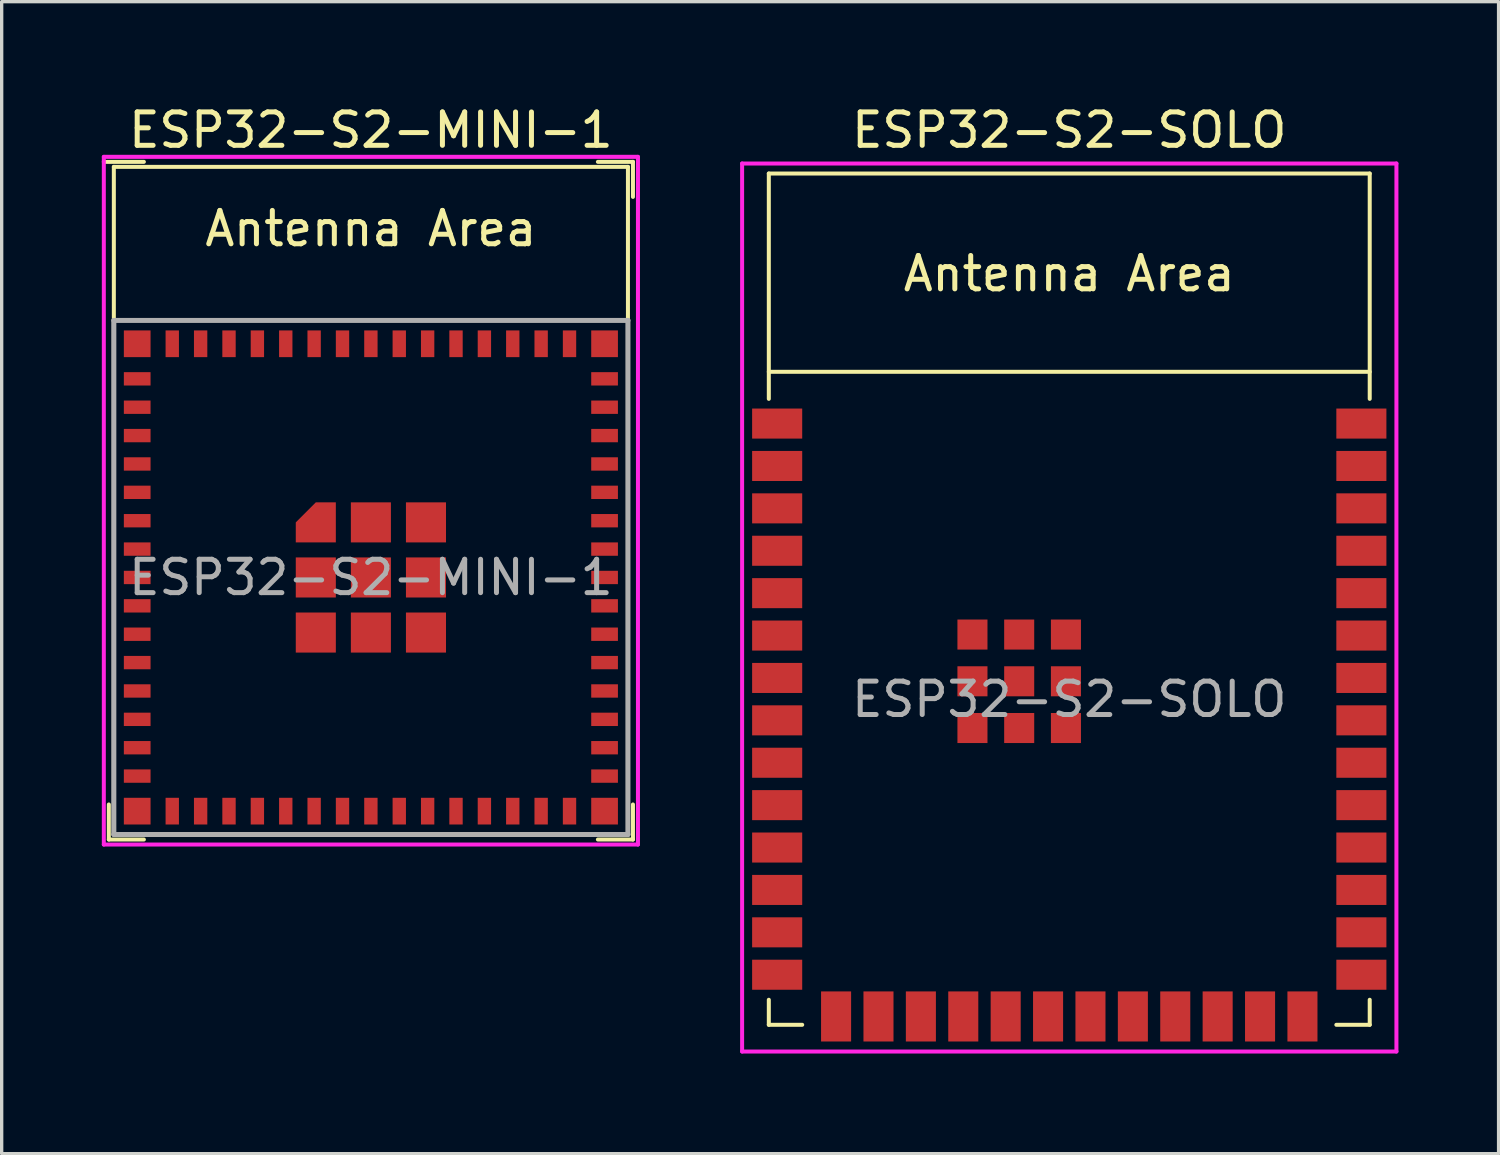
<source format=kicad_pcb>
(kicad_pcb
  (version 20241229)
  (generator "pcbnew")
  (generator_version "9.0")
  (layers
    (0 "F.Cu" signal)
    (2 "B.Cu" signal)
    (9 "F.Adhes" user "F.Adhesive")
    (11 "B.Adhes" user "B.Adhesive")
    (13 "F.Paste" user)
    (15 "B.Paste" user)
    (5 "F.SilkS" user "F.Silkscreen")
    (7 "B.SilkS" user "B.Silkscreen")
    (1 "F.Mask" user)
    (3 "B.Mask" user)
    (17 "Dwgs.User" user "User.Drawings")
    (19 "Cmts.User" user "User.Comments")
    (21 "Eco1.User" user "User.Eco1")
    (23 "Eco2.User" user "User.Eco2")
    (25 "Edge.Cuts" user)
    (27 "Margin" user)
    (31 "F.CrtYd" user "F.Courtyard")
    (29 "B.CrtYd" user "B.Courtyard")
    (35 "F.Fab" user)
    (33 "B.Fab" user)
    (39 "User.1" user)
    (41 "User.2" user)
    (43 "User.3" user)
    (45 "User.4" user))
  (footprint "ESP32-S2-MINI-1"
    (layer "F.Cu")
    (at 8.06 14.248)
    (property "Reference" "ESP32-S2-MINI-1" (at 0 -13.4 0) (layer "F.SilkS") (effects (font (size 1 1) (thickness 0.15))))
    (attr smd)
    (fp_line (start -7.85 7.85) (end -7.85 6.8) (stroke (width 0.12) (type solid)) (layer "F.SilkS"))
    (fp_line (start -7.7 -12.3) (end -7.7 -7.7) (stroke (width 0.12) (type solid)) (layer "F.SilkS"))
    (fp_line (start -7.7 -12.3) (end 7.7 -12.3) (stroke (width 0.12) (type solid)) (layer "F.SilkS"))
    (fp_line (start -7.7 7.7) (end -7.7 -7.7) (stroke (width 0.12) (type solid)) (layer "F.SilkS"))
    (fp_line (start -6.8 -12.45) (end -8 -12.45) (stroke (width 0.12) (type solid)) (layer "F.SilkS"))
    (fp_line (start -6.8 7.85) (end -7.85 7.85) (stroke (width 0.12) (type solid)) (layer "F.SilkS"))
    (fp_line (start 6.8 -12.45) (end 7.85 -12.45) (stroke (width 0.12) (type solid)) (layer "F.SilkS"))
    (fp_line (start 6.8 7.85) (end 7.85 7.85) (stroke (width 0.12) (type solid)) (layer "F.SilkS"))
    (fp_line (start 7.7 -12.3) (end 7.7 -7.7) (stroke (width 0.12) (type solid)) (layer "F.SilkS"))
    (fp_line (start 7.7 -7.7) (end 7.7 7.7) (stroke (width 0.12) (type solid)) (layer "F.SilkS"))
    (fp_line (start 7.7 7.7) (end -7.7 7.7) (stroke (width 0.12) (type solid)) (layer "F.SilkS"))
    (fp_line (start 7.85 -12.45) (end 7.85 -11.4) (stroke (width 0.12) (type solid)) (layer "F.SilkS"))
    (fp_line (start 7.85 7.85) (end 7.85 6.8) (stroke (width 0.12) (type solid)) (layer "F.SilkS"))
    (fp_line (start -8 -12.6) (end -8 8) (stroke (width 0.12) (type solid)) (layer "F.CrtYd"))
    (fp_line (start -8 8) (end 8 8) (stroke (width 0.12) (type solid)) (layer "F.CrtYd"))
    (fp_line (start 8 -12.6) (end -8 -12.6) (stroke (width 0.12) (type solid)) (layer "F.CrtYd"))
    (fp_line (start 8 8) (end 8 -12.6) (stroke (width 0.12) (type solid)) (layer "F.CrtYd"))
    (fp_line (start -7.7 -7.7) (end -7.7 7.7) (stroke (width 0.15) (type solid)) (layer "F.Fab"))
    (fp_line (start -7.7 7.7) (end 7.7 7.7) (stroke (width 0.15) (type solid)) (layer "F.Fab"))
    (fp_line (start 7.7 -7.7) (end -7.7 -7.7) (stroke (width 0.15) (type solid)) (layer "F.Fab"))
    (fp_line (start 7.7 7.7) (end 7.7 -7.7) (stroke (width 0.15) (type solid)) (layer "F.Fab"))
    (fp_text user "Antenna Area" (at 0 -10.45 0) (layer "F.SilkS") (effects (font (size 1 1) (thickness 0.15))))
    (fp_text user "${REFERENCE}" (at 0 0 0) (layer "F.Fab") (effects (font (size 1 1) (thickness 0.15))))
    (pad "1" smd rect (at -7 -5.95 90) (size 0.4 0.8) (layers "F.Cu" "F.Mask" "F.Paste"))
    (pad "2" smd rect (at -7 -5.1 90) (size 0.4 0.8) (layers "F.Cu" "F.Mask" "F.Paste"))
    (pad "3" smd rect (at -7 -4.25 90) (size 0.4 0.8) (layers "F.Cu" "F.Mask" "F.Paste"))
    (pad "4" smd rect (at -7 -3.4 90) (size 0.4 0.8) (layers "F.Cu" "F.Mask" "F.Paste"))
    (pad "5" smd rect (at -7 -2.55 90) (size 0.4 0.8) (layers "F.Cu" "F.Mask" "F.Paste"))
    (pad "6" smd rect (at -7 -1.7 90) (size 0.4 0.8) (layers "F.Cu" "F.Mask" "F.Paste"))
    (pad "7" smd rect (at -7 -0.85 90) (size 0.4 0.8) (layers "F.Cu" "F.Mask" "F.Paste"))
    (pad "8" smd rect (at -7 0 90) (size 0.4 0.8) (layers "F.Cu" "F.Mask" "F.Paste"))
    (pad "9" smd rect (at -7 0.85 90) (size 0.4 0.8) (layers "F.Cu" "F.Mask" "F.Paste"))
    (pad "10" smd rect (at -7 1.7 90) (size 0.4 0.8) (layers "F.Cu" "F.Mask" "F.Paste"))
    (pad "11" smd rect (at -7 2.55 90) (size 0.4 0.8) (layers "F.Cu" "F.Mask" "F.Paste"))
    (pad "12" smd rect (at -7 3.4 90) (size 0.4 0.8) (layers "F.Cu" "F.Mask" "F.Paste"))
    (pad "13" smd rect (at -7 4.25 90) (size 0.4 0.8) (layers "F.Cu" "F.Mask" "F.Paste"))
    (pad "14" smd rect (at -7 5.1 90) (size 0.4 0.8) (layers "F.Cu" "F.Mask" "F.Paste"))
    (pad "15" smd rect (at -7 5.95 90) (size 0.4 0.8) (layers "F.Cu" "F.Mask" "F.Paste"))
    (pad "16" smd rect (at -5.95 7) (size 0.4 0.8) (layers "F.Cu" "F.Mask" "F.Paste"))
    (pad "17" smd rect (at -5.1 7) (size 0.4 0.8) (layers "F.Cu" "F.Mask" "F.Paste"))
    (pad "18" smd rect (at -4.25 7) (size 0.4 0.8) (layers "F.Cu" "F.Mask" "F.Paste"))
    (pad "19" smd rect (at -3.4 7) (size 0.4 0.8) (layers "F.Cu" "F.Mask" "F.Paste"))
    (pad "20" smd rect (at -2.55 7) (size 0.4 0.8) (layers "F.Cu" "F.Mask" "F.Paste"))
    (pad "21" smd rect (at -1.7 7) (size 0.4 0.8) (layers "F.Cu" "F.Mask" "F.Paste"))
    (pad "22" smd rect (at -0.85 7) (size 0.4 0.8) (layers "F.Cu" "F.Mask" "F.Paste"))
    (pad "23" smd rect (at 0 7) (size 0.4 0.8) (layers "F.Cu" "F.Mask" "F.Paste"))
    (pad "24" smd rect (at 0.85 7) (size 0.4 0.8) (layers "F.Cu" "F.Mask" "F.Paste"))
    (pad "25" smd rect (at 1.7 7) (size 0.4 0.8) (layers "F.Cu" "F.Mask" "F.Paste"))
    (pad "26" smd rect (at 2.55 7) (size 0.4 0.8) (layers "F.Cu" "F.Mask" "F.Paste"))
    (pad "27" smd rect (at 3.4 7) (size 0.4 0.8) (layers "F.Cu" "F.Mask" "F.Paste"))
    (pad "28" smd rect (at 4.25 7) (size 0.4 0.8) (layers "F.Cu" "F.Mask" "F.Paste"))
    (pad "29" smd rect (at 5.1 7) (size 0.4 0.8) (layers "F.Cu" "F.Mask" "F.Paste"))
    (pad "30" smd rect (at 5.95 7) (size 0.4 0.8) (layers "F.Cu" "F.Mask" "F.Paste"))
    (pad "31" smd rect (at 7 5.95 90) (size 0.4 0.8) (layers "F.Cu" "F.Mask" "F.Paste"))
    (pad "32" smd rect (at 7 5.1 90) (size 0.4 0.8) (layers "F.Cu" "F.Mask" "F.Paste"))
    (pad "33" smd rect (at 7 4.25 90) (size 0.4 0.8) (layers "F.Cu" "F.Mask" "F.Paste"))
    (pad "34" smd rect (at 7 3.4 90) (size 0.4 0.8) (layers "F.Cu" "F.Mask" "F.Paste"))
    (pad "35" smd rect (at 7 2.55 90) (size 0.4 0.8) (layers "F.Cu" "F.Mask" "F.Paste"))
    (pad "36" smd rect (at 7 1.7 90) (size 0.4 0.8) (layers "F.Cu" "F.Mask" "F.Paste"))
    (pad "37" smd rect (at 7 0.85 90) (size 0.4 0.8) (layers "F.Cu" "F.Mask" "F.Paste"))
    (pad "38" smd rect (at 7 0 90) (size 0.4 0.8) (layers "F.Cu" "F.Mask" "F.Paste"))
    (pad "39" smd rect (at 7 -0.85 90) (size 0.4 0.8) (layers "F.Cu" "F.Mask" "F.Paste"))
    (pad "40" smd rect (at 7 -1.7 90) (size 0.4 0.8) (layers "F.Cu" "F.Mask" "F.Paste"))
    (pad "41" smd rect (at 7 -2.55 90) (size 0.4 0.8) (layers "F.Cu" "F.Mask" "F.Paste"))
    (pad "42" smd rect (at 7 -3.4 90) (size 0.4 0.8) (layers "F.Cu" "F.Mask" "F.Paste"))
    (pad "43" smd rect (at 7 -4.25 90) (size 0.4 0.8) (layers "F.Cu" "F.Mask" "F.Paste"))
    (pad "44" smd rect (at 7 -5.1 90) (size 0.4 0.8) (layers "F.Cu" "F.Mask" "F.Paste"))
    (pad "45" smd rect (at 7 -5.95 90) (size 0.4 0.8) (layers "F.Cu" "F.Mask" "F.Paste"))
    (pad "46" smd rect (at 5.95 -7) (size 0.4 0.8) (layers "F.Cu" "F.Mask" "F.Paste"))
    (pad "47" smd rect (at 5.1 -7) (size 0.4 0.8) (layers "F.Cu" "F.Mask" "F.Paste"))
    (pad "48" smd rect (at 4.25 -7) (size 0.4 0.8) (layers "F.Cu" "F.Mask" "F.Paste"))
    (pad "49" smd rect (at 3.4 -7) (size 0.4 0.8) (layers "F.Cu" "F.Mask" "F.Paste"))
    (pad "50" smd rect (at 2.55 -7) (size 0.4 0.8) (layers "F.Cu" "F.Mask" "F.Paste"))
    (pad "51" smd rect (at 1.7 -7) (size 0.4 0.8) (layers "F.Cu" "F.Mask" "F.Paste"))
    (pad "52" smd rect (at 0.85 -7) (size 0.4 0.8) (layers "F.Cu" "F.Mask" "F.Paste"))
    (pad "53" smd rect (at 0 -7) (size 0.4 0.8) (layers "F.Cu" "F.Mask" "F.Paste"))
    (pad "54" smd rect (at -0.85 -7) (size 0.4 0.8) (layers "F.Cu" "F.Mask" "F.Paste"))
    (pad "55" smd rect (at -1.7 -7) (size 0.4 0.8) (layers "F.Cu" "F.Mask" "F.Paste"))
    (pad "56" smd rect (at -2.55 -7) (size 0.4 0.8) (layers "F.Cu" "F.Mask" "F.Paste"))
    (pad "57" smd rect (at -3.4 -7) (size 0.4 0.8) (layers "F.Cu" "F.Mask" "F.Paste"))
    (pad "58" smd rect (at -4.25 -7) (size 0.4 0.8) (layers "F.Cu" "F.Mask" "F.Paste"))
    (pad "59" smd rect (at -5.1 -7) (size 0.4 0.8) (layers "F.Cu" "F.Mask" "F.Paste"))
    (pad "60" smd rect (at -5.95 -7) (size 0.4 0.8) (layers "F.Cu" "F.Mask" "F.Paste"))
    (pad "61" smd custom (at -1.65 -1.65) (size 0.6 0.6) (layers "F.Cu" "F.Mask" "F.Paste") (options (anchor rect)) (primitives (gr_poly (pts (xy 0.6 0.6) (xy -0.6 0.6) (xy -0.6 0) (xy 0 -0.6) (xy 0.6 -0.6)) (width 0) (fill yes))))
    (pad "61" smd rect (at -1.65 0) (size 1.2 1.2) (layers "F.Cu" "F.Mask" "F.Paste"))
    (pad "61" smd rect (at -1.65 1.65) (size 1.2 1.2) (layers "F.Cu" "F.Mask" "F.Paste"))
    (pad "61" smd rect (at 0 -1.65) (size 1.2 1.2) (layers "F.Cu" "F.Mask" "F.Paste"))
    (pad "61" smd rect (at 0 0) (size 1.2 1.2) (layers "F.Cu" "F.Mask" "F.Paste"))
    (pad "61" smd rect (at 0 1.65) (size 1.2 1.2) (layers "F.Cu" "F.Mask" "F.Paste"))
    (pad "61" smd rect (at 1.65 -1.65) (size 1.2 1.2) (layers "F.Cu" "F.Mask" "F.Paste"))
    (pad "61" smd rect (at 1.65 0) (size 1.2 1.2) (layers "F.Cu" "F.Mask" "F.Paste"))
    (pad "61" smd rect (at 1.65 1.65) (size 1.2 1.2) (layers "F.Cu" "F.Mask" "F.Paste"))
    (pad "62" smd rect (at -7 -7 180) (size 0.8 0.8) (layers "F.Cu" "F.Mask" "F.Paste"))
    (pad "63" smd rect (at -7 7 180) (size 0.8 0.8) (layers "F.Cu" "F.Mask" "F.Paste"))
    (pad "64" smd rect (at 7 7 180) (size 0.8 0.8) (layers "F.Cu" "F.Mask" "F.Paste"))
    (pad "65" smd rect (at 7 -7 180) (size 0.8 0.8) (layers "F.Cu" "F.Mask" "F.Paste")))
  (footprint "ESP32-S2-SOLO"
    (layer "F.Cu")
    (at 28.98 17.898)
    (property "Reference" "ESP32-S2-SOLO" (at 0 -17.05 0) (layer "F.SilkS") (effects (font (size 1 1) (thickness 0.15))))
    (attr smd)
    (fp_line (start -9 -15.75) (end -9 -9) (stroke (width 0.12) (type solid)) (layer "F.SilkS"))
    (fp_line (start -9 -15.75) (end 9 -15.75) (stroke (width 0.12) (type solid)) (layer "F.SilkS"))
    (fp_line (start -9 9) (end -9 9.75) (stroke (width 0.12) (type solid)) (layer "F.SilkS"))
    (fp_line (start -9 9.75) (end -8 9.75) (stroke (width 0.12) (type solid)) (layer "F.SilkS"))
    (fp_line (start 9 -15.75) (end 9 -9) (stroke (width 0.12) (type solid)) (layer "F.SilkS"))
    (fp_line (start 9 -9.81) (end -9 -9.81) (stroke (width 0.12) (type solid)) (layer "F.SilkS"))
    (fp_line (start 9 9) (end 9 9.75) (stroke (width 0.12) (type solid)) (layer "F.SilkS"))
    (fp_line (start 9 9.75) (end 8 9.75) (stroke (width 0.12) (type solid)) (layer "F.SilkS"))
    (fp_line (start -9 -15.75) (end 9 -15.75) (stroke (width 0.12) (type solid)) (layer "Eco2.User"))
    (fp_line (start -9 -9.81) (end 9 -9.81) (stroke (width 0.12) (type solid)) (layer "Eco2.User"))
    (fp_line (start -9 9.75) (end -9 -15.75) (stroke (width 0.12) (type solid)) (layer "Eco2.User"))
    (fp_line (start 9 -15.75) (end 9 9.75) (stroke (width 0.12) (type solid)) (layer "Eco2.User"))
    (fp_line (start 9 9.75) (end -9 9.75) (stroke (width 0.12) (type solid)) (layer "Eco2.User"))
    (fp_line (start -9.8 -16.05) (end -9.8 10.55) (stroke (width 0.12) (type solid)) (layer "F.CrtYd"))
    (fp_line (start -9.8 10.55) (end 9.8 10.55) (stroke (width 0.12) (type solid)) (layer "F.CrtYd"))
    (fp_line (start 9.8 -16.05) (end -9.8 -16.05) (stroke (width 0.12) (type solid)) (layer "F.CrtYd"))
    (fp_line (start 9.8 -16.05) (end 9.8 10.55) (stroke (width 0.12) (type solid)) (layer "F.CrtYd"))
    (fp_text user "Antenna Area" (at 0 -12.75 0) (layer "F.SilkS") (effects (font (size 1 1) (thickness 0.15))))
    (fp_text user "Antenna Area" (at 0 -12.75 0) (layer "Eco2.User") (effects (font (size 1 1) (thickness 0.15))))
    (fp_text user "${REFERENCE}" (at 0 0 0) (layer "F.Fab") (effects (font (size 1 1) (thickness 0.15))))
    (pad "1" smd rect (at -8.75 -8.26) (size 1.5 0.9) (layers "F.Cu" "F.Mask" "F.Paste"))
    (pad "2" smd rect (at -8.75 -6.99) (size 1.5 0.9) (layers "F.Cu" "F.Mask" "F.Paste"))
    (pad "3" smd rect (at -8.75 -5.72) (size 1.5 0.9) (layers "F.Cu" "F.Mask" "F.Paste"))
    (pad "4" smd rect (at -8.75 -4.45) (size 1.5 0.9) (layers "F.Cu" "F.Mask" "F.Paste"))
    (pad "5" smd rect (at -8.75 -3.18) (size 1.5 0.9) (layers "F.Cu" "F.Mask" "F.Paste"))
    (pad "6" smd rect (at -8.75 -1.91) (size 1.5 0.9) (layers "F.Cu" "F.Mask" "F.Paste"))
    (pad "7" smd rect (at -8.75 -0.64) (size 1.5 0.9) (layers "F.Cu" "F.Mask" "F.Paste"))
    (pad "8" smd rect (at -8.75 0.63) (size 1.5 0.9) (layers "F.Cu" "F.Mask" "F.Paste"))
    (pad "9" smd rect (at -8.75 1.9) (size 1.5 0.9) (layers "F.Cu" "F.Mask" "F.Paste"))
    (pad "10" smd rect (at -8.75 3.17) (size 1.5 0.9) (layers "F.Cu" "F.Mask" "F.Paste"))
    (pad "11" smd rect (at -8.75 4.44) (size 1.5 0.9) (layers "F.Cu" "F.Mask" "F.Paste"))
    (pad "12" smd rect (at -8.75 5.71) (size 1.5 0.9) (layers "F.Cu" "F.Mask" "F.Paste"))
    (pad "13" smd rect (at -8.75 6.98) (size 1.5 0.9) (layers "F.Cu" "F.Mask" "F.Paste"))
    (pad "14" smd rect (at -8.75 8.25) (size 1.5 0.9) (layers "F.Cu" "F.Mask" "F.Paste"))
    (pad "15" smd rect (at -6.985 9.5 90) (size 1.5 0.9) (layers "F.Cu" "F.Mask" "F.Paste"))
    (pad "16" smd rect (at -5.715 9.5 90) (size 1.5 0.9) (layers "F.Cu" "F.Mask" "F.Paste"))
    (pad "17" smd rect (at -4.445 9.5 90) (size 1.5 0.9) (layers "F.Cu" "F.Mask" "F.Paste"))
    (pad "18" smd rect (at -3.175 9.5 90) (size 1.5 0.9) (layers "F.Cu" "F.Mask" "F.Paste"))
    (pad "19" smd rect (at -1.905 9.5 90) (size 1.5 0.9) (layers "F.Cu" "F.Mask" "F.Paste"))
    (pad "20" smd rect (at -0.635 9.5 90) (size 1.5 0.9) (layers "F.Cu" "F.Mask" "F.Paste"))
    (pad "21" smd rect (at 0.635 9.5 90) (size 1.5 0.9) (layers "F.Cu" "F.Mask" "F.Paste"))
    (pad "22" smd rect (at 1.905 9.5 90) (size 1.5 0.9) (layers "F.Cu" "F.Mask" "F.Paste"))
    (pad "23" smd rect (at 3.175 9.5 90) (size 1.5 0.9) (layers "F.Cu" "F.Mask" "F.Paste"))
    (pad "24" smd rect (at 4.445 9.5 90) (size 1.5 0.9) (layers "F.Cu" "F.Mask" "F.Paste"))
    (pad "25" smd rect (at 5.715 9.5 90) (size 1.5 0.9) (layers "F.Cu" "F.Mask" "F.Paste"))
    (pad "26" smd rect (at 6.985 9.5 90) (size 1.5 0.9) (layers "F.Cu" "F.Mask" "F.Paste"))
    (pad "27" smd rect (at 8.75 8.25 180) (size 1.5 0.9) (layers "F.Cu" "F.Mask" "F.Paste"))
    (pad "28" smd rect (at 8.75 6.98 180) (size 1.5 0.9) (layers "F.Cu" "F.Mask" "F.Paste"))
    (pad "29" smd rect (at 8.75 5.71 180) (size 1.5 0.9) (layers "F.Cu" "F.Mask" "F.Paste"))
    (pad "30" smd rect (at 8.75 4.44 180) (size 1.5 0.9) (layers "F.Cu" "F.Mask" "F.Paste"))
    (pad "31" smd rect (at 8.75 3.17 180) (size 1.5 0.9) (layers "F.Cu" "F.Mask" "F.Paste"))
    (pad "32" smd rect (at 8.75 1.9 180) (size 1.5 0.9) (layers "F.Cu" "F.Mask" "F.Paste"))
    (pad "33" smd rect (at 8.75 0.63 180) (size 1.5 0.9) (layers "F.Cu" "F.Mask" "F.Paste"))
    (pad "34" smd rect (at 8.75 -0.64 180) (size 1.5 0.9) (layers "F.Cu" "F.Mask" "F.Paste"))
    (pad "35" smd rect (at 8.75 -1.91 180) (size 1.5 0.9) (layers "F.Cu" "F.Mask" "F.Paste"))
    (pad "36" smd rect (at 8.75 -3.18 180) (size 1.5 0.9) (layers "F.Cu" "F.Mask" "F.Paste"))
    (pad "37" smd rect (at 8.75 -4.45 180) (size 1.5 0.9) (layers "F.Cu" "F.Mask" "F.Paste"))
    (pad "38" smd rect (at 8.75 -5.72 180) (size 1.5 0.9) (layers "F.Cu" "F.Mask" "F.Paste"))
    (pad "39" smd rect (at 8.75 -6.99 180) (size 1.5 0.9) (layers "F.Cu" "F.Mask" "F.Paste"))
    (pad "40" smd rect (at 8.75 -8.26 180) (size 1.5 0.9) (layers "F.Cu" "F.Mask" "F.Paste"))
    (pad "41" smd rect (at -2.9 -1.94 180) (size 0.9 0.9) (layers "F.Cu" "F.Mask" "F.Paste"))
    (pad "41" smd rect (at -2.9 -0.54 180) (size 0.9 0.9) (layers "F.Cu" "F.Mask" "F.Paste"))
    (pad "41" smd rect (at -2.9 0.86 180) (size 0.9 0.9) (layers "F.Cu" "F.Mask" "F.Paste"))
    (pad "41" smd rect (at -1.5 -1.94 180) (size 0.9 0.9) (layers "F.Cu" "F.Mask" "F.Paste"))
    (pad "41" smd rect (at -1.5 -0.54 180) (size 0.9 0.9) (layers "F.Cu" "F.Mask" "F.Paste"))
    (pad "41" smd rect (at -1.5 0.86 180) (size 0.9 0.9) (layers "F.Cu" "F.Mask" "F.Paste"))
    (pad "41" smd rect (at -0.1 -1.94 180) (size 0.9 0.9) (layers "F.Cu" "F.Mask" "F.Paste"))
    (pad "41" smd rect (at -0.1 -0.54 180) (size 0.9 0.9) (layers "F.Cu" "F.Mask" "F.Paste"))
    (pad "41" smd rect (at -0.1 0.86 180) (size 0.9 0.9) (layers "F.Cu" "F.Mask" "F.Paste")))
  (gr_rect
    (start -3 -3)
    (end 41.84 31.508)
    (stroke (width 0.1) (type default))
    (fill no)
    (layer "Edge.Cuts")))
</source>
